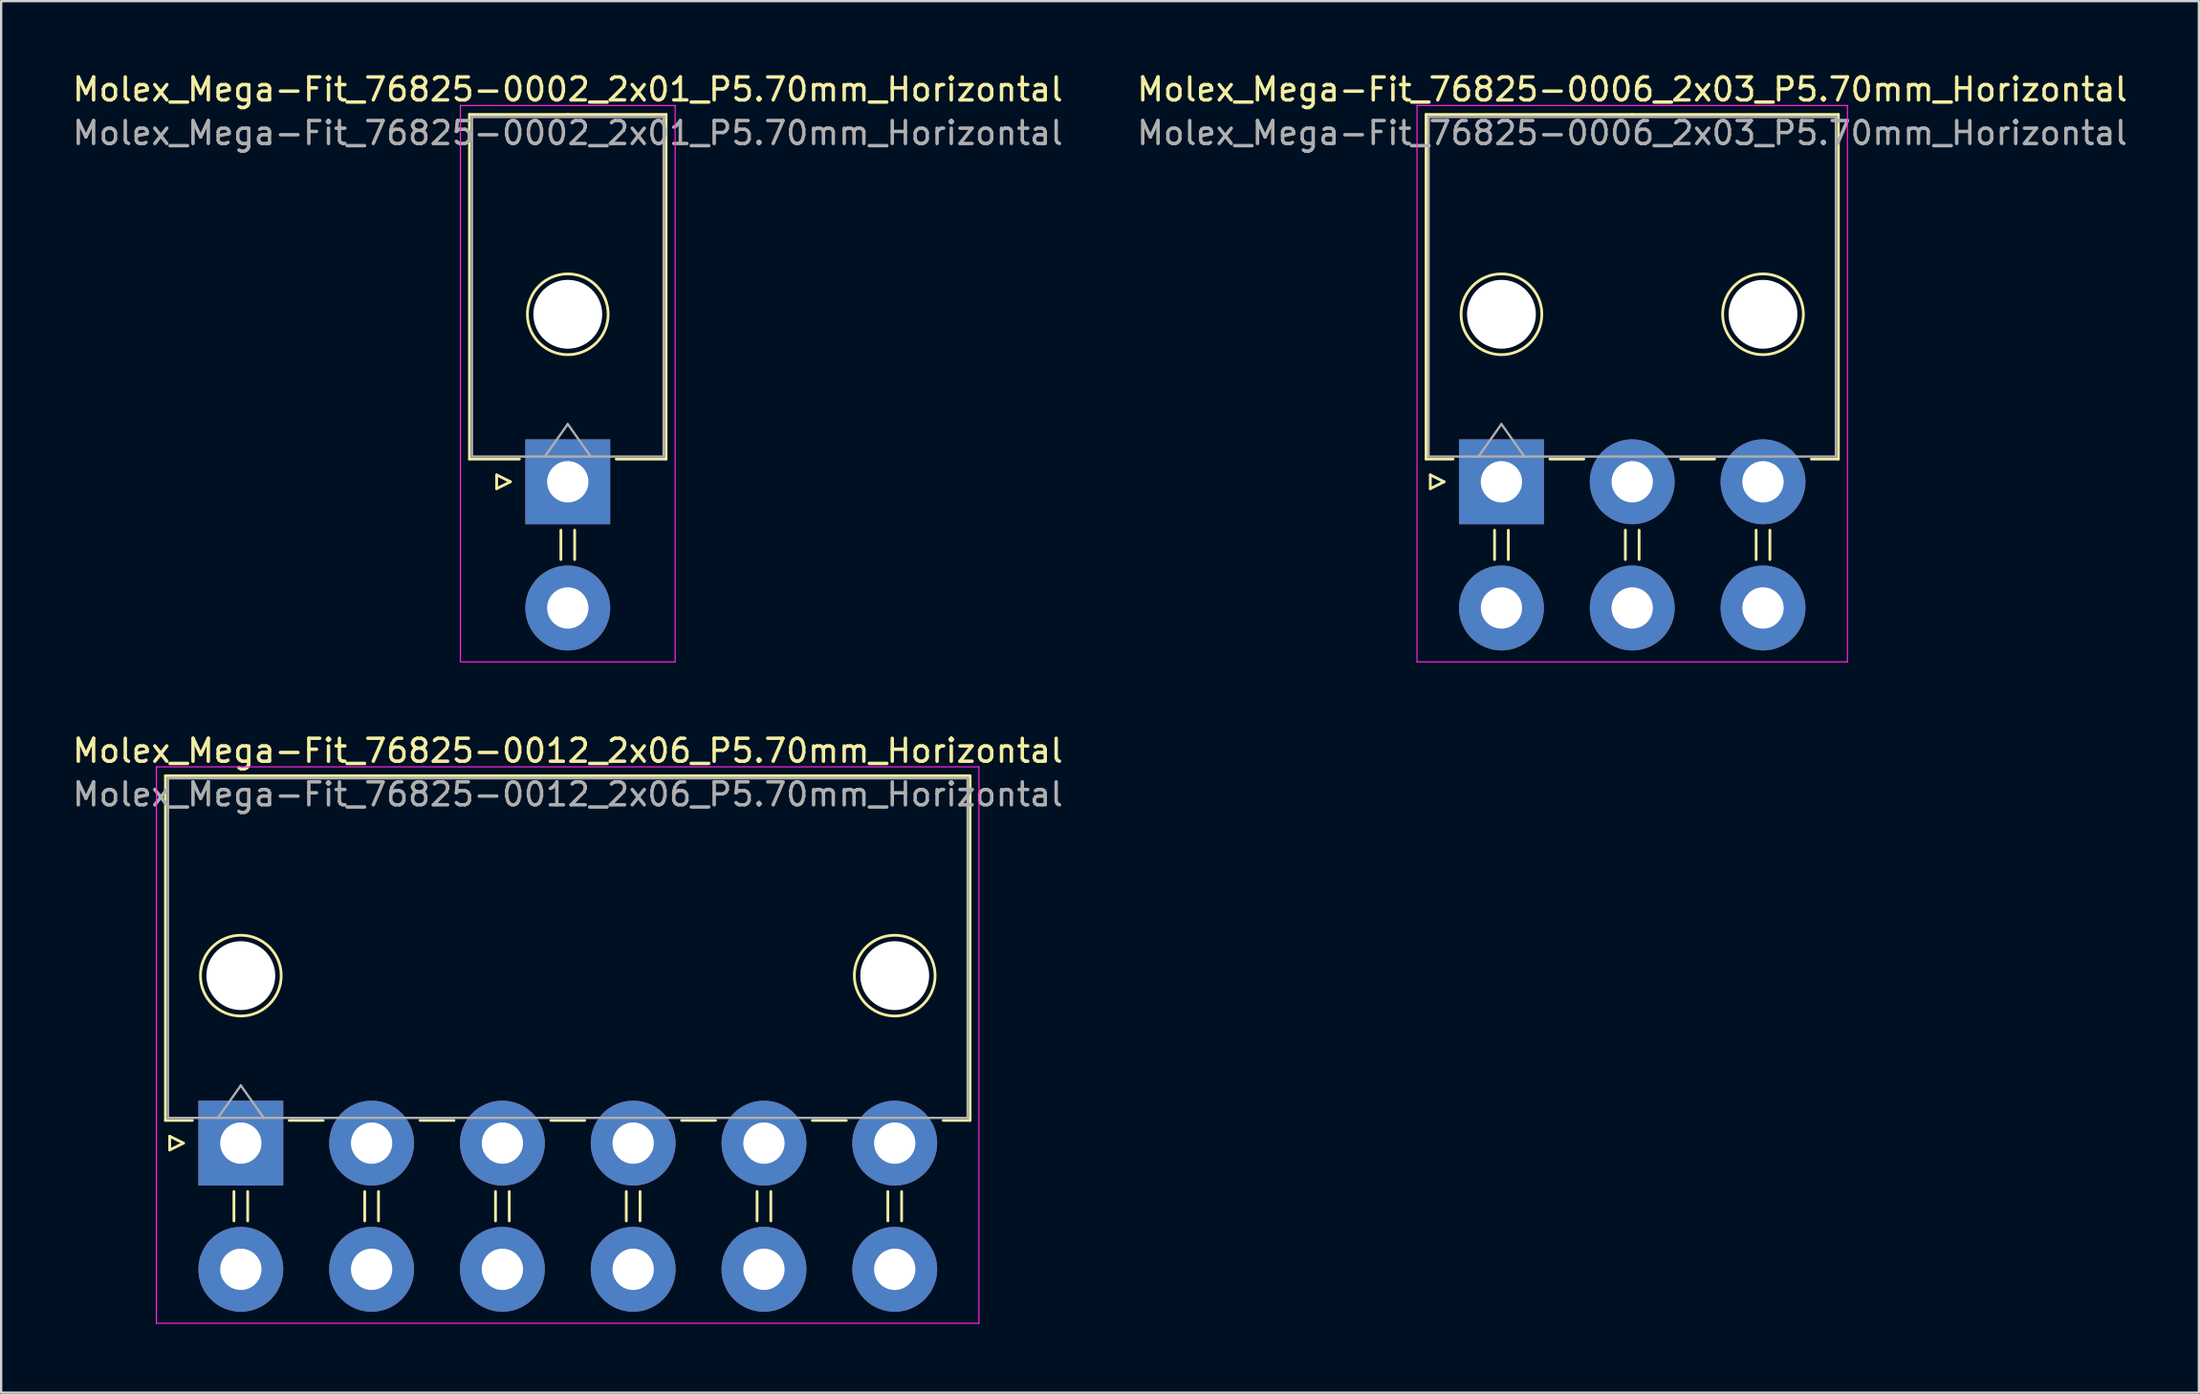
<source format=kicad_pcb>
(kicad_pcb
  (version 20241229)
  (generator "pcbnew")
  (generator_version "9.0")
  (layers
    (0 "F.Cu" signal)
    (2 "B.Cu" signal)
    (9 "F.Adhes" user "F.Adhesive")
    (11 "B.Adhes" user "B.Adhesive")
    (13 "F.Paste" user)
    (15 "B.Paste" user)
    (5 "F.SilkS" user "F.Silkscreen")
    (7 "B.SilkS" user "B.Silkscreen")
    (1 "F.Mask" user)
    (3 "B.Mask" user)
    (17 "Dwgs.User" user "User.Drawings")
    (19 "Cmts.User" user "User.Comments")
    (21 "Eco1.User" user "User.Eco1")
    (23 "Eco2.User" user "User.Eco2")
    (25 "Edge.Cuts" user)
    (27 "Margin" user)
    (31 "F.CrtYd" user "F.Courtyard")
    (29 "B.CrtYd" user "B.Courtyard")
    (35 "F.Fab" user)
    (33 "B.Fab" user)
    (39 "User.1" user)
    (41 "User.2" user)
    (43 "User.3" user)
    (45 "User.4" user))
  (footprint "Molex_Mega-Fit_76825-0006_2x03_P5.70mm_Horizontal"
    (layer "F.Cu")
    (at 62.389 17.948)
    (property "Reference" "Molex_Mega-Fit_76825-0006_2x03_P5.70mm_Horizontal" (at 5.7 -17.1 0) (layer "F.SilkS") (effects (font (size 1 1) (thickness 0.15))))
    (attr through_hole)
    (fp_line (start -3.285 -16.01) (end -3.285 -0.99) (stroke (width 0.12) (type solid)) (layer "F.SilkS"))
    (fp_line (start -3.285 -0.99) (end -2.11 -0.99) (stroke (width 0.12) (type solid)) (layer "F.SilkS"))
    (fp_line (start -3.1 -0.3) (end -2.5 0) (stroke (width 0.12) (type solid)) (layer "F.SilkS"))
    (fp_line (start -3.1 0.3) (end -3.1 -0.3) (stroke (width 0.12) (type solid)) (layer "F.SilkS"))
    (fp_line (start -2.5 0) (end -3.1 0.3) (stroke (width 0.12) (type solid)) (layer "F.SilkS"))
    (fp_line (start -0.3 2.11) (end -0.3 3.39) (stroke (width 0.12) (type solid)) (layer "F.SilkS"))
    (fp_line (start 0.3 2.11) (end 0.3 3.39) (stroke (width 0.12) (type solid)) (layer "F.SilkS"))
    (fp_line (start 2.11 -0.99) (end 3.59 -0.99) (stroke (width 0.12) (type solid)) (layer "F.SilkS"))
    (fp_line (start 5.4 2.11) (end 5.4 3.39) (stroke (width 0.12) (type solid)) (layer "F.SilkS"))
    (fp_line (start 5.7 -16.01) (end -3.285 -16.01) (stroke (width 0.12) (type solid)) (layer "F.SilkS"))
    (fp_line (start 5.7 -16.01) (end 14.685 -16.01) (stroke (width 0.12) (type solid)) (layer "F.SilkS"))
    (fp_line (start 6 2.11) (end 6 3.39) (stroke (width 0.12) (type solid)) (layer "F.SilkS"))
    (fp_line (start 7.81 -0.99) (end 9.29 -0.99) (stroke (width 0.12) (type solid)) (layer "F.SilkS"))
    (fp_line (start 11.1 2.11) (end 11.1 3.39) (stroke (width 0.12) (type solid)) (layer "F.SilkS"))
    (fp_line (start 11.7 2.11) (end 11.7 3.39) (stroke (width 0.12) (type solid)) (layer "F.SilkS"))
    (fp_line (start 14.685 -16.01) (end 14.685 -0.99) (stroke (width 0.12) (type solid)) (layer "F.SilkS"))
    (fp_line (start 14.685 -0.99) (end 13.51 -0.99) (stroke (width 0.12) (type solid)) (layer "F.SilkS"))
    (fp_circle (center 0 -7.3) (end 1.76 -7.3) (stroke (width 0.12) (type solid)) (fill no) (layer "F.SilkS"))
    (fp_circle (center 11.4 -7.3) (end 13.16 -7.3) (stroke (width 0.12) (type solid)) (fill no) (layer "F.SilkS"))
    (fp_line (start -3.68 -16.4) (end -3.68 7.85) (stroke (width 0.05) (type solid)) (layer "F.CrtYd"))
    (fp_line (start -3.68 7.85) (end 15.08 7.85) (stroke (width 0.05) (type solid)) (layer "F.CrtYd"))
    (fp_line (start 15.08 -16.4) (end -3.68 -16.4) (stroke (width 0.05) (type solid)) (layer "F.CrtYd"))
    (fp_line (start 15.08 7.85) (end 15.08 -16.4) (stroke (width 0.05) (type solid)) (layer "F.CrtYd"))
    (fp_line (start -3.175 -15.9) (end -3.175 -1.1) (stroke (width 0.1) (type solid)) (layer "F.Fab"))
    (fp_line (start -3.175 -1.1) (end 14.575 -1.1) (stroke (width 0.1) (type solid)) (layer "F.Fab"))
    (fp_line (start -1 -1.1) (end 0 -2.514) (stroke (width 0.1) (type solid)) (layer "F.Fab"))
    (fp_line (start 0 -2.514) (end 1 -1.1) (stroke (width 0.1) (type solid)) (layer "F.Fab"))
    (fp_line (start 14.575 -15.9) (end -3.175 -15.9) (stroke (width 0.1) (type solid)) (layer "F.Fab"))
    (fp_line (start 14.575 -1.1) (end 14.575 -15.9) (stroke (width 0.1) (type solid)) (layer "F.Fab"))
    (fp_text user "${REFERENCE}" (at 5.7 -15.2 0) (layer "F.Fab") (effects (font (size 1 1) (thickness 0.15))))
    (pad "" np_thru_hole circle (at 0 -7.3) (size 3 3) (drill 3) (layers "*.Cu" "*.Mask"))
    (pad "" np_thru_hole circle (at 11.4 -7.3) (size 3 3) (drill 3) (layers "*.Cu" "*.Mask"))
    (pad "1" thru_hole rect (at 0 0) (size 3.7 3.7) (drill 1.8) (layers "*.Cu" "*.Mask"))
    (pad "2" thru_hole circle (at 5.7 0) (size 3.7 3.7) (drill 1.8) (layers "*.Cu" "*.Mask"))
    (pad "3" thru_hole circle (at 11.4 0) (size 3.7 3.7) (drill 1.8) (layers "*.Cu" "*.Mask"))
    (pad "4" thru_hole circle (at 0 5.5) (size 3.7 3.7) (drill 1.8) (layers "*.Cu" "*.Mask"))
    (pad "5" thru_hole circle (at 5.7 5.5) (size 3.7 3.7) (drill 1.8) (layers "*.Cu" "*.Mask"))
    (pad "6" thru_hole circle (at 11.4 5.5) (size 3.7 3.7) (drill 1.8) (layers "*.Cu" "*.Mask")))
  (footprint "Molex_Mega-Fit_76825-0012_2x06_P5.70mm_Horizontal"
    (layer "F.Cu")
    (at 7.446 46.772)
    (property "Reference" "Molex_Mega-Fit_76825-0012_2x06_P5.70mm_Horizontal" (at 14.25 -17.1 0) (layer "F.SilkS") (effects (font (size 1 1) (thickness 0.15))))
    (attr through_hole)
    (fp_line (start -3.285 -16.01) (end -3.285 -0.99) (stroke (width 0.12) (type solid)) (layer "F.SilkS"))
    (fp_line (start -3.285 -0.99) (end -2.11 -0.99) (stroke (width 0.12) (type solid)) (layer "F.SilkS"))
    (fp_line (start -3.1 -0.3) (end -2.5 0) (stroke (width 0.12) (type solid)) (layer "F.SilkS"))
    (fp_line (start -3.1 0.3) (end -3.1 -0.3) (stroke (width 0.12) (type solid)) (layer "F.SilkS"))
    (fp_line (start -2.5 0) (end -3.1 0.3) (stroke (width 0.12) (type solid)) (layer "F.SilkS"))
    (fp_line (start -0.3 2.11) (end -0.3 3.39) (stroke (width 0.12) (type solid)) (layer "F.SilkS"))
    (fp_line (start 0.3 2.11) (end 0.3 3.39) (stroke (width 0.12) (type solid)) (layer "F.SilkS"))
    (fp_line (start 2.11 -0.99) (end 3.59 -0.99) (stroke (width 0.12) (type solid)) (layer "F.SilkS"))
    (fp_line (start 5.4 2.11) (end 5.4 3.39) (stroke (width 0.12) (type solid)) (layer "F.SilkS"))
    (fp_line (start 6 2.11) (end 6 3.39) (stroke (width 0.12) (type solid)) (layer "F.SilkS"))
    (fp_line (start 7.81 -0.99) (end 9.29 -0.99) (stroke (width 0.12) (type solid)) (layer "F.SilkS"))
    (fp_line (start 11.1 2.11) (end 11.1 3.39) (stroke (width 0.12) (type solid)) (layer "F.SilkS"))
    (fp_line (start 11.7 2.11) (end 11.7 3.39) (stroke (width 0.12) (type solid)) (layer "F.SilkS"))
    (fp_line (start 13.51 -0.99) (end 14.99 -0.99) (stroke (width 0.12) (type solid)) (layer "F.SilkS"))
    (fp_line (start 14.25 -16.01) (end -3.285 -16.01) (stroke (width 0.12) (type solid)) (layer "F.SilkS"))
    (fp_line (start 14.25 -16.01) (end 31.785 -16.01) (stroke (width 0.12) (type solid)) (layer "F.SilkS"))
    (fp_line (start 16.8 2.11) (end 16.8 3.39) (stroke (width 0.12) (type solid)) (layer "F.SilkS"))
    (fp_line (start 17.4 2.11) (end 17.4 3.39) (stroke (width 0.12) (type solid)) (layer "F.SilkS"))
    (fp_line (start 19.21 -0.99) (end 20.69 -0.99) (stroke (width 0.12) (type solid)) (layer "F.SilkS"))
    (fp_line (start 22.5 2.11) (end 22.5 3.39) (stroke (width 0.12) (type solid)) (layer "F.SilkS"))
    (fp_line (start 23.1 2.11) (end 23.1 3.39) (stroke (width 0.12) (type solid)) (layer "F.SilkS"))
    (fp_line (start 24.91 -0.99) (end 26.39 -0.99) (stroke (width 0.12) (type solid)) (layer "F.SilkS"))
    (fp_line (start 28.2 2.11) (end 28.2 3.39) (stroke (width 0.12) (type solid)) (layer "F.SilkS"))
    (fp_line (start 28.8 2.11) (end 28.8 3.39) (stroke (width 0.12) (type solid)) (layer "F.SilkS"))
    (fp_line (start 31.785 -16.01) (end 31.785 -0.99) (stroke (width 0.12) (type solid)) (layer "F.SilkS"))
    (fp_line (start 31.785 -0.99) (end 30.61 -0.99) (stroke (width 0.12) (type solid)) (layer "F.SilkS"))
    (fp_circle (center 0 -7.3) (end 1.76 -7.3) (stroke (width 0.12) (type solid)) (fill no) (layer "F.SilkS"))
    (fp_circle (center 28.5 -7.3) (end 30.26 -7.3) (stroke (width 0.12) (type solid)) (fill no) (layer "F.SilkS"))
    (fp_line (start -3.68 -16.4) (end -3.68 7.85) (stroke (width 0.05) (type solid)) (layer "F.CrtYd"))
    (fp_line (start -3.68 7.85) (end 32.17 7.85) (stroke (width 0.05) (type solid)) (layer "F.CrtYd"))
    (fp_line (start 32.17 -16.4) (end -3.68 -16.4) (stroke (width 0.05) (type solid)) (layer "F.CrtYd"))
    (fp_line (start 32.17 7.85) (end 32.17 -16.4) (stroke (width 0.05) (type solid)) (layer "F.CrtYd"))
    (fp_line (start -3.175 -15.9) (end -3.175 -1.1) (stroke (width 0.1) (type solid)) (layer "F.Fab"))
    (fp_line (start -3.175 -1.1) (end 31.675 -1.1) (stroke (width 0.1) (type solid)) (layer "F.Fab"))
    (fp_line (start -1 -1.1) (end 0 -2.514) (stroke (width 0.1) (type solid)) (layer "F.Fab"))
    (fp_line (start 0 -2.514) (end 1 -1.1) (stroke (width 0.1) (type solid)) (layer "F.Fab"))
    (fp_line (start 31.675 -15.9) (end -3.175 -15.9) (stroke (width 0.1) (type solid)) (layer "F.Fab"))
    (fp_line (start 31.675 -1.1) (end 31.675 -15.9) (stroke (width 0.1) (type solid)) (layer "F.Fab"))
    (fp_text user "${REFERENCE}" (at 14.25 -15.2 0) (layer "F.Fab") (effects (font (size 1 1) (thickness 0.15))))
    (pad "" np_thru_hole circle (at 0 -7.3) (size 3 3) (drill 3) (layers "*.Cu" "*.Mask"))
    (pad "" np_thru_hole circle (at 28.5 -7.3) (size 3 3) (drill 3) (layers "*.Cu" "*.Mask"))
    (pad "1" thru_hole rect (at 0 0) (size 3.7 3.7) (drill 1.8) (layers "*.Cu" "*.Mask"))
    (pad "2" thru_hole circle (at 5.7 0) (size 3.7 3.7) (drill 1.8) (layers "*.Cu" "*.Mask"))
    (pad "3" thru_hole circle (at 11.4 0) (size 3.7 3.7) (drill 1.8) (layers "*.Cu" "*.Mask"))
    (pad "4" thru_hole circle (at 17.1 0) (size 3.7 3.7) (drill 1.8) (layers "*.Cu" "*.Mask"))
    (pad "5" thru_hole circle (at 22.8 0) (size 3.7 3.7) (drill 1.8) (layers "*.Cu" "*.Mask"))
    (pad "6" thru_hole circle (at 28.5 0) (size 3.7 3.7) (drill 1.8) (layers "*.Cu" "*.Mask"))
    (pad "7" thru_hole circle (at 0 5.5) (size 3.7 3.7) (drill 1.8) (layers "*.Cu" "*.Mask"))
    (pad "8" thru_hole circle (at 5.7 5.5) (size 3.7 3.7) (drill 1.8) (layers "*.Cu" "*.Mask"))
    (pad "9" thru_hole circle (at 11.4 5.5) (size 3.7 3.7) (drill 1.8) (layers "*.Cu" "*.Mask"))
    (pad "10" thru_hole circle (at 17.1 5.5) (size 3.7 3.7) (drill 1.8) (layers "*.Cu" "*.Mask"))
    (pad "11" thru_hole circle (at 22.8 5.5) (size 3.7 3.7) (drill 1.8) (layers "*.Cu" "*.Mask"))
    (pad "12" thru_hole circle (at 28.5 5.5) (size 3.7 3.7) (drill 1.8) (layers "*.Cu" "*.Mask")))
  (footprint "Molex_Mega-Fit_76825-0002_2x01_P5.70mm_Horizontal"
    (layer "F.Cu")
    (at 21.696 17.948)
    (property "Reference" "Molex_Mega-Fit_76825-0002_2x01_P5.70mm_Horizontal" (at 0 -17.1 0) (layer "F.SilkS") (effects (font (size 1 1) (thickness 0.15))))
    (attr through_hole)
    (fp_line (start -4.285 -16.01) (end -4.285 -0.99) (stroke (width 0.12) (type solid)) (layer "F.SilkS"))
    (fp_line (start -4.285 -0.99) (end -2.11 -0.99) (stroke (width 0.12) (type solid)) (layer "F.SilkS"))
    (fp_line (start -3.1 -0.3) (end -2.5 0) (stroke (width 0.12) (type solid)) (layer "F.SilkS"))
    (fp_line (start -3.1 0.3) (end -3.1 -0.3) (stroke (width 0.12) (type solid)) (layer "F.SilkS"))
    (fp_line (start -2.5 0) (end -3.1 0.3) (stroke (width 0.12) (type solid)) (layer "F.SilkS"))
    (fp_line (start -0.3 2.11) (end -0.3 3.39) (stroke (width 0.12) (type solid)) (layer "F.SilkS"))
    (fp_line (start 0 -16.01) (end -4.285 -16.01) (stroke (width 0.12) (type solid)) (layer "F.SilkS"))
    (fp_line (start 0 -16.01) (end 4.285 -16.01) (stroke (width 0.12) (type solid)) (layer "F.SilkS"))
    (fp_line (start 0.3 2.11) (end 0.3 3.39) (stroke (width 0.12) (type solid)) (layer "F.SilkS"))
    (fp_line (start 4.285 -16.01) (end 4.285 -0.99) (stroke (width 0.12) (type solid)) (layer "F.SilkS"))
    (fp_line (start 4.285 -0.99) (end 2.11 -0.99) (stroke (width 0.12) (type solid)) (layer "F.SilkS"))
    (fp_circle (center 0 -7.3) (end 1.76 -7.3) (stroke (width 0.12) (type solid)) (fill no) (layer "F.SilkS"))
    (fp_line (start -4.68 -16.4) (end -4.68 7.85) (stroke (width 0.05) (type solid)) (layer "F.CrtYd"))
    (fp_line (start -4.68 7.85) (end 4.68 7.85) (stroke (width 0.05) (type solid)) (layer "F.CrtYd"))
    (fp_line (start 4.68 -16.4) (end -4.68 -16.4) (stroke (width 0.05) (type solid)) (layer "F.CrtYd"))
    (fp_line (start 4.68 7.85) (end 4.68 -16.4) (stroke (width 0.05) (type solid)) (layer "F.CrtYd"))
    (fp_line (start -4.175 -15.9) (end -4.175 -1.1) (stroke (width 0.1) (type solid)) (layer "F.Fab"))
    (fp_line (start -4.175 -1.1) (end 4.175 -1.1) (stroke (width 0.1) (type solid)) (layer "F.Fab"))
    (fp_line (start -1 -1.1) (end 0 -2.514) (stroke (width 0.1) (type solid)) (layer "F.Fab"))
    (fp_line (start 0 -2.514) (end 1 -1.1) (stroke (width 0.1) (type solid)) (layer "F.Fab"))
    (fp_line (start 4.175 -15.9) (end -4.175 -15.9) (stroke (width 0.1) (type solid)) (layer "F.Fab"))
    (fp_line (start 4.175 -1.1) (end 4.175 -15.9) (stroke (width 0.1) (type solid)) (layer "F.Fab"))
    (fp_text user "${REFERENCE}" (at 0 -15.2 0) (layer "F.Fab") (effects (font (size 1 1) (thickness 0.15))))
    (pad "" np_thru_hole circle (at 0 -7.3) (size 3 3) (drill 3) (layers "*.Cu" "*.Mask"))
    (pad "1" thru_hole rect (at 0 0) (size 3.7 3.7) (drill 1.8) (layers "*.Cu" "*.Mask"))
    (pad "2" thru_hole circle (at 0 5.5) (size 3.7 3.7) (drill 1.8) (layers "*.Cu" "*.Mask")))
  (gr_rect
    (start -3 -3)
    (end 92.786 57.647)
    (stroke (width 0.1) (type default))
    (fill no)
    (layer "Edge.Cuts")))
</source>
